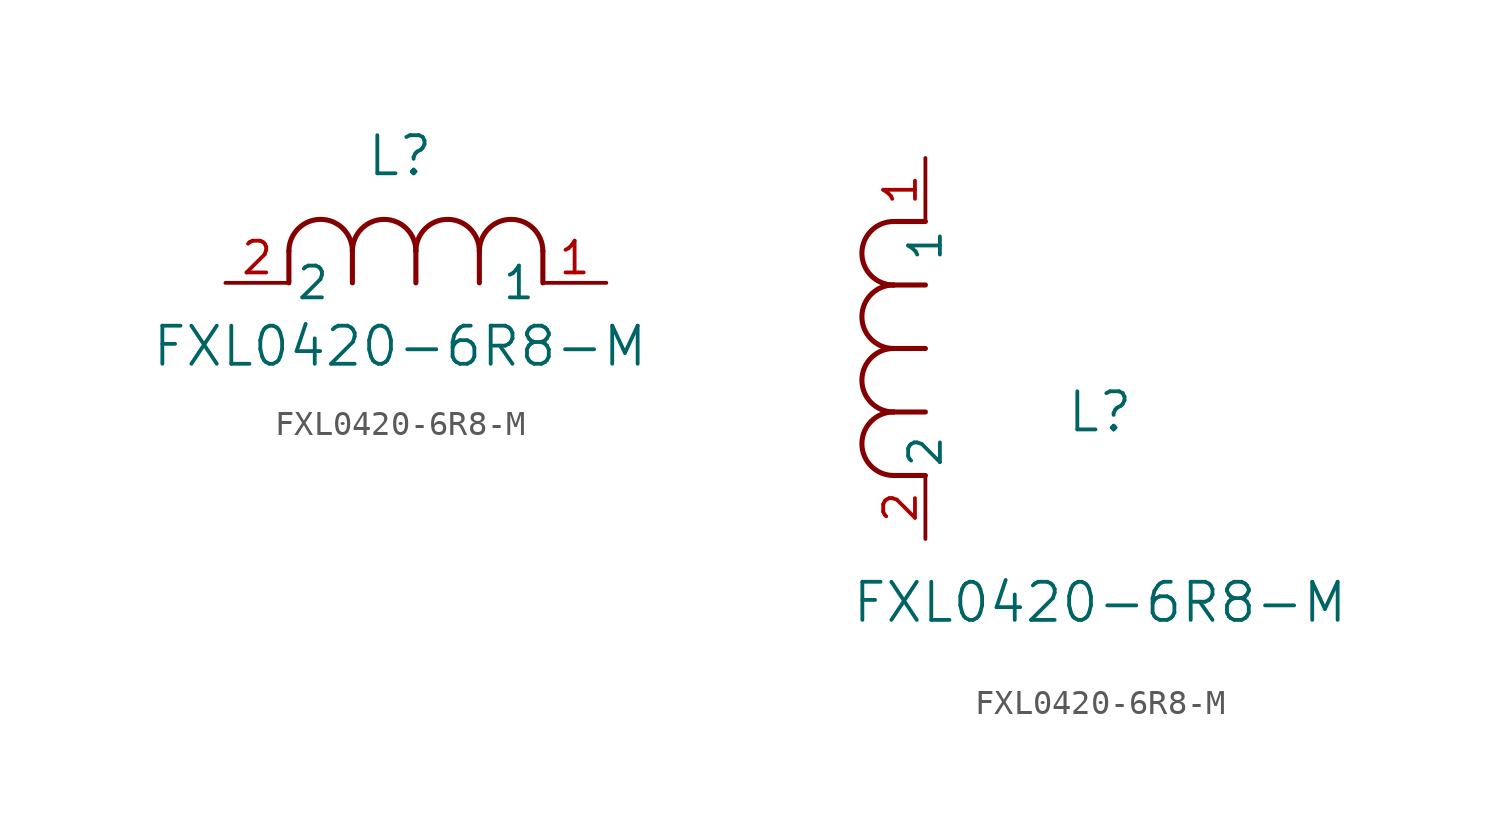
<source format=kicad_sym>
(kicad_symbol_lib
  (version 20211014)
  (generator kicad_symbol_editor)
  (symbol "FXL0420-6R8-M"
    (pin_names
      (offset 0.254))
    (property "Reference" "L"
      (at 6.985 5.08 0)
      (effects (font (size 1.524 1.524))))
    (property "Value" "FXL0420-6R8-M"
      (at 6.985 -2.54 0)
      (effects (font (size 1.524 1.524))))
    (symbol "FXL0420-6R8-M_1_1"
      (arc (start 7.62 1.27) (mid 6.35 2.54) (end 5.08 1.27) (stroke (width 0.2032) (type default) (color 0 0 0 0)) (fill (type none)))
      (polyline (pts (xy 5.08 0) (xy 5.08 1.27)) (stroke (width 0.203) (type default) (color 0 0 0 0)) (fill (type none)))
      (polyline (pts (xy 7.62 0) (xy 7.62 1.27)) (stroke (width 0.203) (type default) (color 0 0 0 0)) (fill (type none)))
      (polyline (pts (xy 12.7 0) (xy 12.7 1.27)) (stroke (width 0.203) (type default) (color 0 0 0 0)) (fill (type none)))
      (arc (start 5.08 1.27) (mid 3.81 2.54) (end 2.54 1.27) (stroke (width 0.2032) (type default) (color 0 0 0 0)) (fill (type none)))
      (arc (start 10.16 1.27) (mid 8.89 2.54) (end 7.62 1.27) (stroke (width 0.2032) (type default) (color 0 0 0 0)) (fill (type none)))
      (arc (start 12.7 1.27) (mid 11.43 2.54) (end 10.16 1.27) (stroke (width 0.2032) (type default) (color 0 0 0 0)) (fill (type none)))
      (polyline (pts (xy 2.54 0) (xy 2.54 1.27)) (stroke (width 0.203) (type default) (color 0 0 0 0)) (fill (type none)))
      (polyline (pts (xy 10.16 0) (xy 10.16 1.27)) (stroke (width 0.203) (type default) (color 0 0 0 0)) (fill (type none)))
      (pin unspecified line (at 0 0 0) (length 2.54) (name "2" (effects (font (size 1.27 1.27)))) (number "2" (effects (font (size 1.27 1.27)))))
      (pin unspecified line (at 15.24 0 180) (length 2.54) (name "1" (effects (font (size 1.27 1.27)))) (number "1" (effects (font (size 1.27 1.27))))))
    (symbol "FXL0420-6R8-M_1_2"
      (arc (start -1.27 7.62) (mid -2.54 6.35) (end -1.27 5.08) (stroke (width 0.2032) (type default) (color 0 0 0 0)) (fill (type none)))
      (arc (start -1.27 5.08) (mid -2.54 3.81) (end -1.27 2.54) (stroke (width 0.2032) (type default) (color 0 0 0 0)) (fill (type none)))
      (arc (start -1.27 12.7) (mid -2.54 11.43) (end -1.27 10.16) (stroke (width 0.2032) (type default) (color 0 0 0 0)) (fill (type none)))
      (arc (start -1.27 10.16) (mid -2.54 8.89) (end -1.27 7.62) (stroke (width 0.2032) (type default) (color 0 0 0 0)) (fill (type none)))
      (polyline (pts (xy 0 7.62) (xy -1.27 7.62)) (stroke (width 0.203) (type default) (color 0 0 0 0)) (fill (type none)))
      (polyline (pts (xy 0 5.08) (xy -1.27 5.08)) (stroke (width 0.203) (type default) (color 0 0 0 0)) (fill (type none)))
      (polyline (pts (xy 0 12.7) (xy -1.27 12.7)) (stroke (width 0.203) (type default) (color 0 0 0 0)) (fill (type none)))
      (polyline (pts (xy 0 2.54) (xy -1.27 2.54)) (stroke (width 0.203) (type default) (color 0 0 0 0)) (fill (type none)))
      (polyline (pts (xy 0 10.16) (xy -1.27 10.16)) (stroke (width 0.203) (type default) (color 0 0 0 0)) (fill (type none)))
      (pin unspecified line (at 0 0 90) (length 2.54) (name "2" (effects (font (size 1.27 1.27)))) (number "2" (effects (font (size 1.27 1.27)))))
      (pin unspecified line (at 0 15.24 270) (length 2.54) (name "1" (effects (font (size 1.27 1.27)))) (number "1" (effects (font (size 1.27 1.27))))))))
</source>
